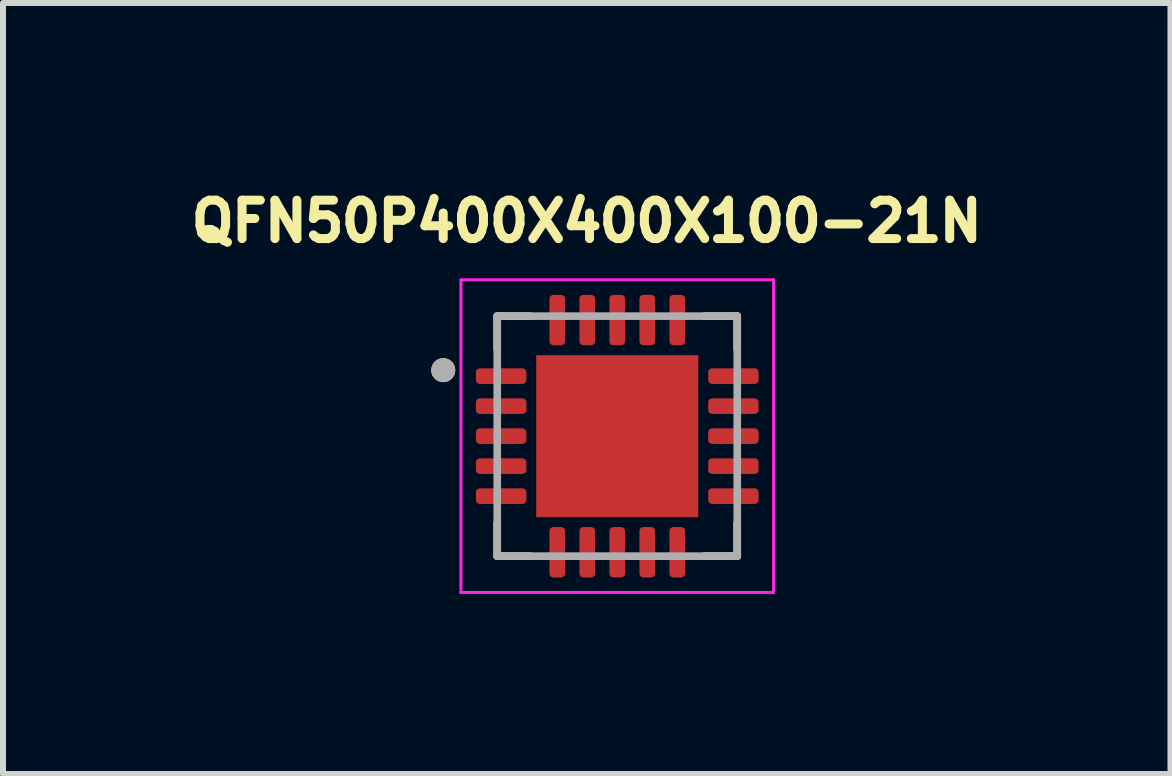
<source format=kicad_pcb>
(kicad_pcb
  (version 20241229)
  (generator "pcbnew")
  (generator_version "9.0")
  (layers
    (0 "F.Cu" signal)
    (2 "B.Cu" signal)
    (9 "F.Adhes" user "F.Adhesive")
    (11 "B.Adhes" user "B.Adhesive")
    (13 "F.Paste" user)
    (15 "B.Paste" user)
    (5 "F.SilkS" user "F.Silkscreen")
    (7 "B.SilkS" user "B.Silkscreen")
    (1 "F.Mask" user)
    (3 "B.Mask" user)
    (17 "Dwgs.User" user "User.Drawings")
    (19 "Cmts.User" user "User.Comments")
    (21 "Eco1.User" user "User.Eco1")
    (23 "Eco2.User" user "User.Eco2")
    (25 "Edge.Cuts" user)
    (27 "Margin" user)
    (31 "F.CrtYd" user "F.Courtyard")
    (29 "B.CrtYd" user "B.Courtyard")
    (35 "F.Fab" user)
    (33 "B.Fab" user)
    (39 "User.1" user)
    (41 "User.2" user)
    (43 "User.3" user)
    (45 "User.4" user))
  (footprint "QFN50P400X400X100-21N"
    (layer "F.Cu")
    (at 7.237 4.219)
    (property "Reference" "QFN50P400X400X100-21N" (at -0.508 -3.581 0) (layer "F.SilkS") (effects (font (size 0.64 0.64) (thickness 0.15))))
    (attr smd)
    (fp_line (start -2 -2) (end -2 -1.45) (stroke (width 0.127) (type solid)) (layer "F.SilkS"))
    (fp_line (start -2 -2) (end -1.45 -2) (stroke (width 0.127) (type solid)) (layer "F.SilkS"))
    (fp_line (start -2 2) (end -2 1.45) (stroke (width 0.127) (type solid)) (layer "F.SilkS"))
    (fp_line (start -2 2) (end -1.45 2) (stroke (width 0.127) (type solid)) (layer "F.SilkS"))
    (fp_line (start 1.45 -2) (end 2 -2) (stroke (width 0.127) (type solid)) (layer "F.SilkS"))
    (fp_line (start 2 -2) (end 2 -1.45) (stroke (width 0.127) (type solid)) (layer "F.SilkS"))
    (fp_line (start 2 1.45) (end 2 2) (stroke (width 0.127) (type solid)) (layer "F.SilkS"))
    (fp_line (start 2 2) (end 1.45 2) (stroke (width 0.127) (type solid)) (layer "F.SilkS"))
    (fp_circle (center -2.9 -1.1) (end -2.8 -1.1) (stroke (width 0.2) (type solid)) (fill no) (layer "F.SilkS"))
    (fp_poly (pts (xy -1.09 -1.09) (xy -0.13 -1.09) (xy -0.13 -0.13) (xy -1.09 -0.13)) (stroke (width 0.01) (type solid)) (fill yes) (layer "F.Paste"))
    (fp_poly (pts (xy -1.09 0.13) (xy -0.13 0.13) (xy -0.13 1.09) (xy -1.09 1.09)) (stroke (width 0.01) (type solid)) (fill yes) (layer "F.Paste"))
    (fp_poly (pts (xy 0.13 -1.09) (xy 1.09 -1.09) (xy 1.09 -0.13) (xy 0.13 -0.13)) (stroke (width 0.01) (type solid)) (fill yes) (layer "F.Paste"))
    (fp_poly (pts (xy 0.13 0.13) (xy 1.09 0.13) (xy 1.09 1.09) (xy 0.13 1.09)) (stroke (width 0.01) (type solid)) (fill yes) (layer "F.Paste"))
    (fp_line (start -2.605 -2.605) (end 2.605 -2.605) (stroke (width 0.05) (type solid)) (layer "F.CrtYd"))
    (fp_line (start -2.605 2.605) (end -2.605 -2.605) (stroke (width 0.05) (type solid)) (layer "F.CrtYd"))
    (fp_line (start 2.605 -2.605) (end 2.605 2.605) (stroke (width 0.05) (type solid)) (layer "F.CrtYd"))
    (fp_line (start 2.605 2.605) (end -2.605 2.605) (stroke (width 0.05) (type solid)) (layer "F.CrtYd"))
    (fp_line (start -2 -2) (end -2 2) (stroke (width 0.127) (type solid)) (layer "F.Fab"))
    (fp_line (start -2 2) (end 2 2) (stroke (width 0.127) (type solid)) (layer "F.Fab"))
    (fp_line (start 2 -2) (end -2 -2) (stroke (width 0.127) (type solid)) (layer "F.Fab"))
    (fp_line (start 2 2) (end 2 -2) (stroke (width 0.127) (type solid)) (layer "F.Fab"))
    (fp_circle (center -2.9 -1.1) (end -2.8 -1.1) (stroke (width 0.2) (type solid)) (fill no) (layer "F.Fab"))
    (pad "1" smd roundrect (at -1.935 -1) (size 0.84 0.26) (layers "F.Cu" "F.Mask" "F.Paste") (roundrect_rratio 0.25))
    (pad "2" smd roundrect (at -1.935 -0.5) (size 0.84 0.26) (layers "F.Cu" "F.Mask" "F.Paste") (roundrect_rratio 0.25))
    (pad "3" smd roundrect (at -1.935 0) (size 0.84 0.26) (layers "F.Cu" "F.Mask" "F.Paste") (roundrect_rratio 0.25))
    (pad "4" smd roundrect (at -1.935 0.5) (size 0.84 0.26) (layers "F.Cu" "F.Mask" "F.Paste") (roundrect_rratio 0.25))
    (pad "5" smd roundrect (at -1.935 1) (size 0.84 0.26) (layers "F.Cu" "F.Mask" "F.Paste") (roundrect_rratio 0.25))
    (pad "6" smd roundrect (at -1 1.935) (size 0.26 0.84) (layers "F.Cu" "F.Mask" "F.Paste") (roundrect_rratio 0.25))
    (pad "7" smd roundrect (at -0.5 1.935) (size 0.26 0.84) (layers "F.Cu" "F.Mask" "F.Paste") (roundrect_rratio 0.25))
    (pad "8" smd roundrect (at 0 1.935) (size 0.26 0.84) (layers "F.Cu" "F.Mask" "F.Paste") (roundrect_rratio 0.25))
    (pad "9" smd roundrect (at 0.5 1.935) (size 0.26 0.84) (layers "F.Cu" "F.Mask" "F.Paste") (roundrect_rratio 0.25))
    (pad "10" smd roundrect (at 1 1.935) (size 0.26 0.84) (layers "F.Cu" "F.Mask" "F.Paste") (roundrect_rratio 0.25))
    (pad "11" smd roundrect (at 1.935 1) (size 0.84 0.26) (layers "F.Cu" "F.Mask" "F.Paste") (roundrect_rratio 0.25))
    (pad "12" smd roundrect (at 1.935 0.5) (size 0.84 0.26) (layers "F.Cu" "F.Mask" "F.Paste") (roundrect_rratio 0.25))
    (pad "13" smd roundrect (at 1.935 0) (size 0.84 0.26) (layers "F.Cu" "F.Mask" "F.Paste") (roundrect_rratio 0.25))
    (pad "14" smd roundrect (at 1.935 -0.5) (size 0.84 0.26) (layers "F.Cu" "F.Mask" "F.Paste") (roundrect_rratio 0.25))
    (pad "15" smd roundrect (at 1.935 -1) (size 0.84 0.26) (layers "F.Cu" "F.Mask" "F.Paste") (roundrect_rratio 0.25))
    (pad "16" smd roundrect (at 1 -1.935) (size 0.26 0.84) (layers "F.Cu" "F.Mask" "F.Paste") (roundrect_rratio 0.25))
    (pad "17" smd roundrect (at 0.5 -1.935) (size 0.26 0.84) (layers "F.Cu" "F.Mask" "F.Paste") (roundrect_rratio 0.25))
    (pad "18" smd roundrect (at 0 -1.935) (size 0.26 0.84) (layers "F.Cu" "F.Mask" "F.Paste") (roundrect_rratio 0.25))
    (pad "19" smd roundrect (at -0.5 -1.935) (size 0.26 0.84) (layers "F.Cu" "F.Mask" "F.Paste") (roundrect_rratio 0.25))
    (pad "20" smd roundrect (at -1 -1.935) (size 0.26 0.84) (layers "F.Cu" "F.Mask" "F.Paste") (roundrect_rratio 0.25))
    (pad "21" smd rect (at 0 0) (size 2.7 2.7) (layers "F.Cu" "F.Mask")))
  (gr_rect
    (start -3 -3)
    (end 16.457 9.849)
    (stroke (width 0.1) (type default))
    (fill no)
    (layer "Edge.Cuts")))
</source>
